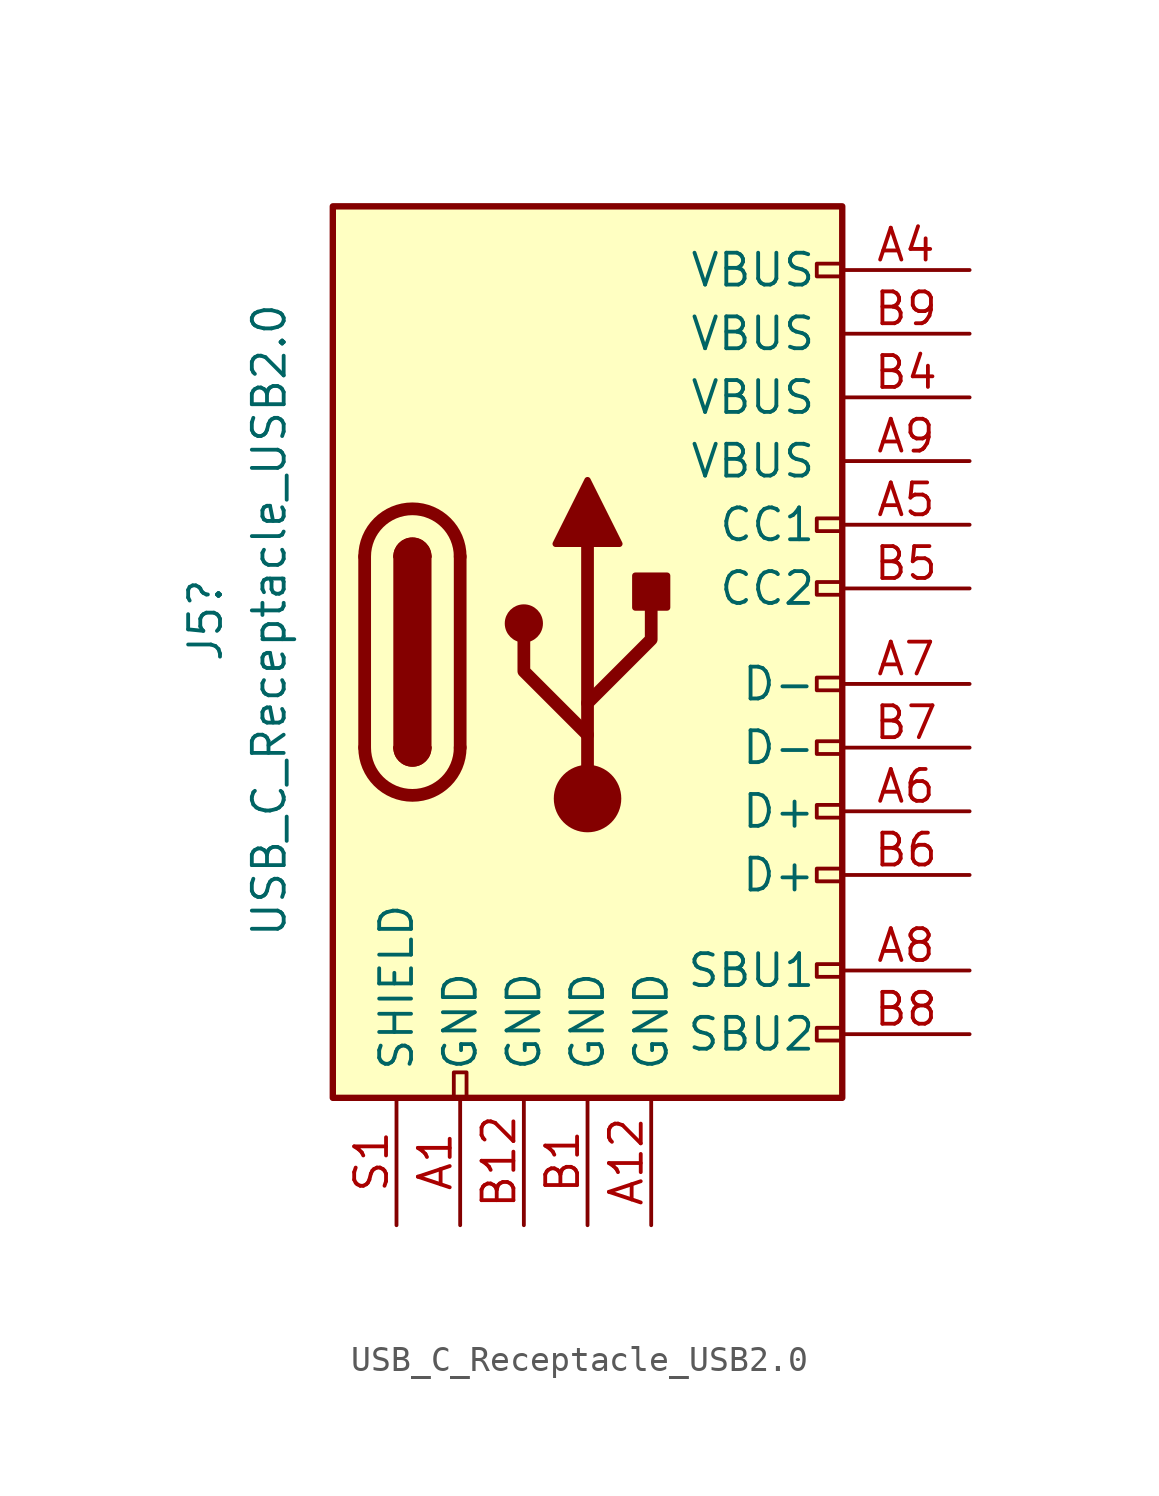
<source format=kicad_sym>
(kicad_symbol_lib
  (version 20220914)
  (generator kicad_symbol_editor)
  (symbol "USB_C_Receptacle_USB2.0"
    (pin_names
      (offset 1.016))
    (property "Reference" "J5"
      (at -15.24 1.27 90)
      (effects (font (size 1.27 1.27))))
    (property "Value" "USB_C_Receptacle_USB2.0"
      (at -12.7 1.27 90)
      (effects (font (size 1.27 1.27))))
    (symbol "USB_C_Receptacle_USB2.0_0_0"
      (rectangle (start -5.334 -16.764) (end -4.826 -17.78) (stroke (width 0) (type default)) (fill (type none)))
      (rectangle (start 10.16 -14.986) (end 9.144 -15.494) (stroke (width 0) (type default)) (fill (type none)))
      (rectangle (start 10.16 -12.446) (end 9.144 -12.954) (stroke (width 0) (type default)) (fill (type none)))
      (rectangle (start 10.16 -8.636) (end 9.144 -9.144) (stroke (width 0) (type default)) (fill (type none)))
      (rectangle (start 10.16 -6.096) (end 9.144 -6.604) (stroke (width 0) (type default)) (fill (type none)))
      (rectangle (start 10.16 -3.556) (end 9.144 -4.064) (stroke (width 0) (type default)) (fill (type none)))
      (rectangle (start 10.16 -1.016) (end 9.144 -1.524) (stroke (width 0) (type default)) (fill (type none)))
      (rectangle (start 10.16 2.794) (end 9.144 2.286) (stroke (width 0) (type default)) (fill (type none)))
      (rectangle (start 10.16 5.334) (end 9.144 4.826) (stroke (width 0) (type default)) (fill (type none)))
      (rectangle (start 10.16 15.494) (end 9.144 14.986) (stroke (width 0) (type default)) (fill (type none))))
    (symbol "USB_C_Receptacle_USB2.0_0_1"
      (rectangle (start -10.16 17.78) (end 10.16 -17.78) (stroke (width 0.254) (type default)) (fill (type background)))
      (arc (start -8.89 -3.81) (mid -6.985 -5.7067) (end -5.08 -3.81) (stroke (width 0.508) (type default)) (fill (type none)))
      (arc (start -7.62 -3.81) (mid -6.985 -4.4423) (end -6.35 -3.81) (stroke (width 0.254) (type default)) (fill (type none)))
      (arc (start -7.62 -3.81) (mid -6.985 -4.4423) (end -6.35 -3.81) (stroke (width 0.254) (type default)) (fill (type outline)))
      (rectangle (start -7.62 -3.81) (end -6.35 3.81) (stroke (width 0.254) (type default)) (fill (type outline)))
      (arc (start -6.35 3.81) (mid -6.985 4.4423) (end -7.62 3.81) (stroke (width 0.254) (type default)) (fill (type none)))
      (arc (start -6.35 3.81) (mid -6.985 4.4423) (end -7.62 3.81) (stroke (width 0.254) (type default)) (fill (type outline)))
      (arc (start -5.08 3.81) (mid -6.985 5.7067) (end -8.89 3.81) (stroke (width 0.508) (type default)) (fill (type none)))
      (circle (center -2.54 1.143) (radius 0.635) (stroke (width 0.254) (type default)) (fill (type outline)))
      (circle (center 0 -5.842) (radius 1.27) (stroke (width 0) (type default)) (fill (type outline)))
      (polyline (pts (xy -8.89 -3.81) (xy -8.89 3.81)) (stroke (width 0.508) (type default)) (fill (type none)))
      (polyline (pts (xy -5.08 3.81) (xy -5.08 -3.81)) (stroke (width 0.508) (type default)) (fill (type none)))
      (polyline (pts (xy 0 -5.842) (xy 0 4.318)) (stroke (width 0.508) (type default)) (fill (type none)))
      (polyline (pts (xy 0 -3.302) (xy -2.54 -0.762) (xy -2.54 0.508)) (stroke (width 0.508) (type default)) (fill (type none)))
      (polyline (pts (xy 0 -2.032) (xy 2.54 0.508) (xy 2.54 1.778)) (stroke (width 0.508) (type default)) (fill (type none)))
      (polyline (pts (xy -1.27 4.318) (xy 0 6.858) (xy 1.27 4.318) (xy -1.27 4.318)) (stroke (width 0.254) (type default)) (fill (type outline)))
      (rectangle (start 1.905 1.778) (end 3.175 3.048) (stroke (width 0.254) (type default)) (fill (type outline))))
    (symbol "USB_C_Receptacle_USB2.0_1_1"
      (pin passive line (at -5.08 -22.86 90) (length 5.08) (name "GND" (effects (font (size 1.27 1.27)))) (number "A1" (effects (font (size 1.27 1.27)))))
      (pin passive line (at 2.54 -22.86 90) (length 5.08) (name "GND" (effects (font (size 1.27 1.27)))) (number "A12" (effects (font (size 1.27 1.27)))))
      (pin passive line (at 15.24 15.24 180) (length 5.08) (name "VBUS" (effects (font (size 1.27 1.27)))) (number "A4" (effects (font (size 1.27 1.27)))))
      (pin bidirectional line (at 15.24 5.08 180) (length 5.08) (name "CC1" (effects (font (size 1.27 1.27)))) (number "A5" (effects (font (size 1.27 1.27)))))
      (pin bidirectional line (at 15.24 -6.35 180) (length 5.08) (name "D+" (effects (font (size 1.27 1.27)))) (number "A6" (effects (font (size 1.27 1.27)))))
      (pin bidirectional line (at 15.24 -1.27 180) (length 5.08) (name "D-" (effects (font (size 1.27 1.27)))) (number "A7" (effects (font (size 1.27 1.27)))))
      (pin bidirectional line (at 15.24 -12.7 180) (length 5.08) (name "SBU1" (effects (font (size 1.27 1.27)))) (number "A8" (effects (font (size 1.27 1.27)))))
      (pin passive line (at 15.24 7.62 180) (length 5.08) (name "VBUS" (effects (font (size 1.27 1.27)))) (number "A9" (effects (font (size 1.27 1.27)))))
      (pin passive line (at 0 -22.86 90) (length 5.08) (name "GND" (effects (font (size 1.27 1.27)))) (number "B1" (effects (font (size 1.27 1.27)))))
      (pin passive line (at -2.54 -22.86 90) (length 5.08) (name "GND" (effects (font (size 1.27 1.27)))) (number "B12" (effects (font (size 1.27 1.27)))))
      (pin passive line (at 15.24 10.16 180) (length 5.08) (name "VBUS" (effects (font (size 1.27 1.27)))) (number "B4" (effects (font (size 1.27 1.27)))))
      (pin bidirectional line (at 15.24 2.54 180) (length 5.08) (name "CC2" (effects (font (size 1.27 1.27)))) (number "B5" (effects (font (size 1.27 1.27)))))
      (pin bidirectional line (at 15.24 -8.89 180) (length 5.08) (name "D+" (effects (font (size 1.27 1.27)))) (number "B6" (effects (font (size 1.27 1.27)))))
      (pin bidirectional line (at 15.24 -3.81 180) (length 5.08) (name "D-" (effects (font (size 1.27 1.27)))) (number "B7" (effects (font (size 1.27 1.27)))))
      (pin bidirectional line (at 15.24 -15.24 180) (length 5.08) (name "SBU2" (effects (font (size 1.27 1.27)))) (number "B8" (effects (font (size 1.27 1.27)))))
      (pin passive line (at 15.24 12.7 180) (length 5.08) (name "VBUS" (effects (font (size 1.27 1.27)))) (number "B9" (effects (font (size 1.27 1.27)))))
      (pin passive line (at -7.62 -22.86 90) (length 5.08) (name "SHIELD" (effects (font (size 1.27 1.27)))) (number "S1" (effects (font (size 1.27 1.27))))))))
</source>
